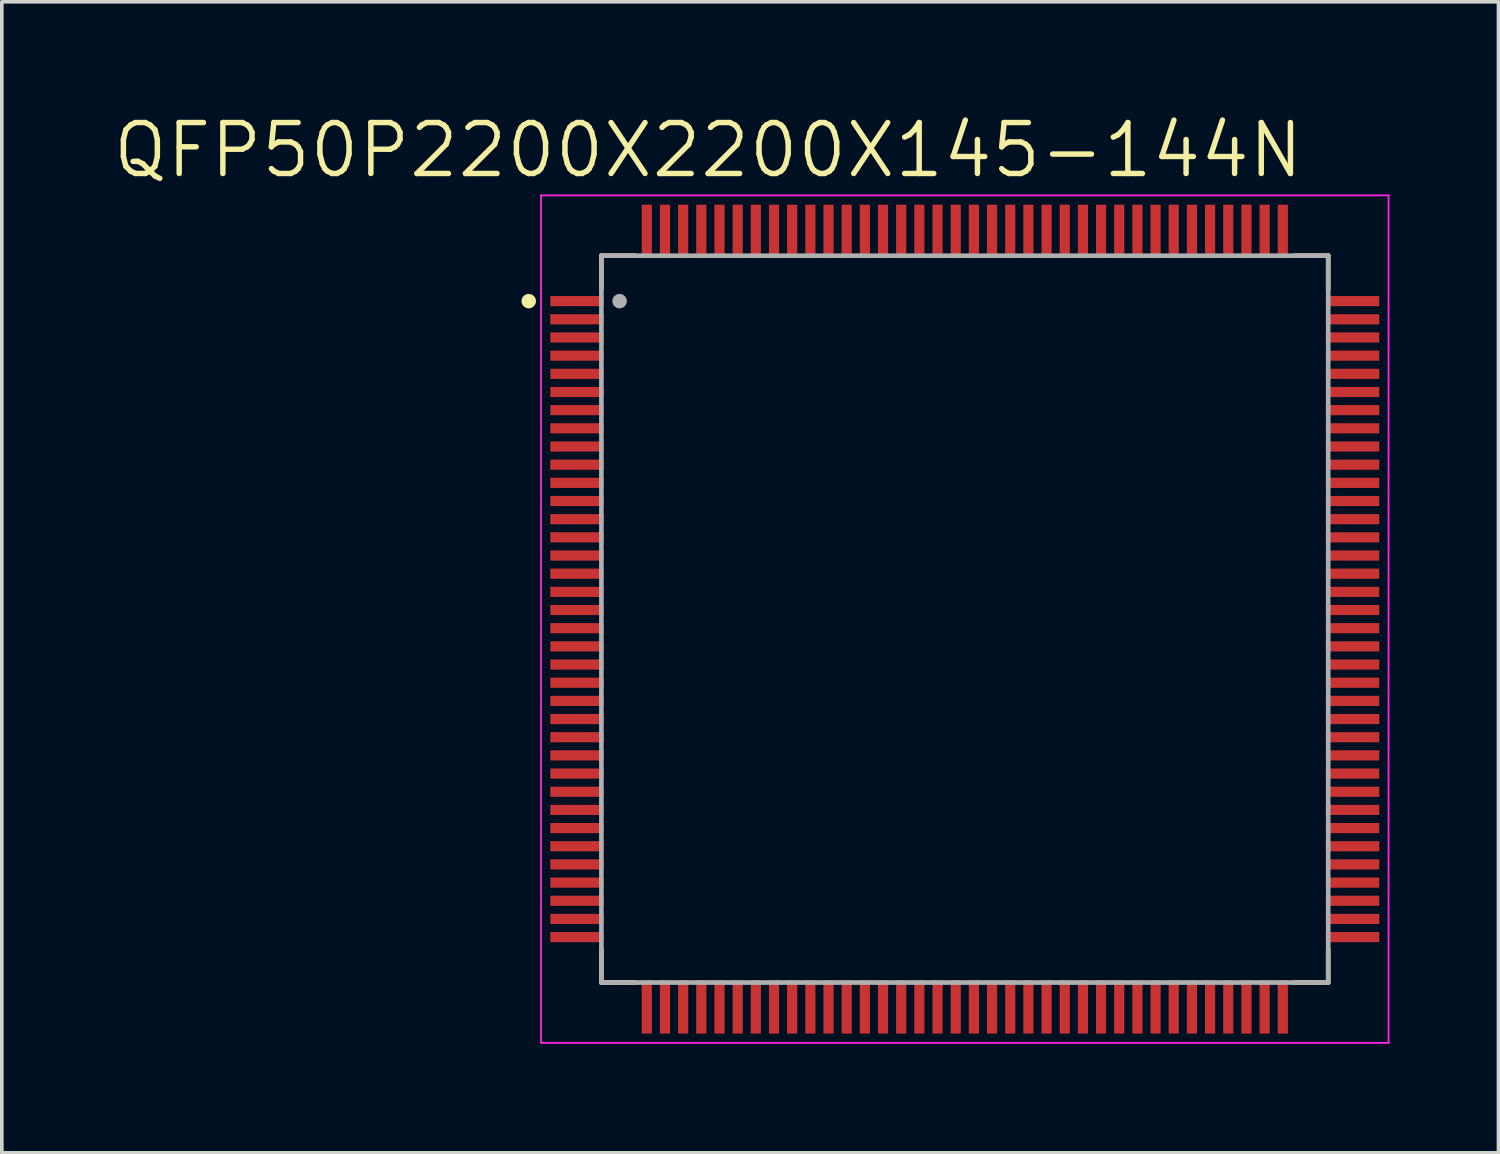
<source format=kicad_pcb>
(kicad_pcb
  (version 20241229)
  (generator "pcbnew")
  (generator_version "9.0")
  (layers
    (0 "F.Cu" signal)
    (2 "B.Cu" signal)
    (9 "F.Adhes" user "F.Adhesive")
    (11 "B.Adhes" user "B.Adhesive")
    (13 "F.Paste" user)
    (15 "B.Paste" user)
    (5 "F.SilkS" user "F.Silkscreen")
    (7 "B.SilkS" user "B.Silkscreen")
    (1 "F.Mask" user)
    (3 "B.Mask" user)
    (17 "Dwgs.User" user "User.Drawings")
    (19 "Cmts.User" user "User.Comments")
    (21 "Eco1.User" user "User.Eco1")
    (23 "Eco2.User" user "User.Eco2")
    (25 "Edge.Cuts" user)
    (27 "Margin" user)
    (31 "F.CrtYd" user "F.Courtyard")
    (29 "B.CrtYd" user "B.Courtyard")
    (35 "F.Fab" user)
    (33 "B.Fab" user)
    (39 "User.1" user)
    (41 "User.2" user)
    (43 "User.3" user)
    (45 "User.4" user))
  (footprint "QFP50P2200X2200X145-144N"
    (layer "F.Cu")
    (at 23.498 13.986)
    (property "Reference" "QFP50P2200X2200X145-144N" (at -7.063 -12.903 0) (layer "F.SilkS") (effects (font (size 1.402 1.402) (thickness 0.15))))
    (attr through_hole)
    (fp_line (start -10 -10) (end -9.07 -10) (stroke (width 0.127) (type solid)) (layer "F.SilkS"))
    (fp_line (start -10 -9.07) (end -10 -10) (stroke (width 0.127) (type solid)) (layer "F.SilkS"))
    (fp_line (start -10 9.07) (end -10 10) (stroke (width 0.127) (type solid)) (layer "F.SilkS"))
    (fp_line (start -10 10) (end -9.07 10) (stroke (width 0.127) (type solid)) (layer "F.SilkS"))
    (fp_line (start 9.07 -10) (end 10 -10) (stroke (width 0.127) (type solid)) (layer "F.SilkS"))
    (fp_line (start 9.07 10) (end 10 10) (stroke (width 0.127) (type solid)) (layer "F.SilkS"))
    (fp_line (start 10 -10) (end 10 -9.07) (stroke (width 0.127) (type solid)) (layer "F.SilkS"))
    (fp_line (start 10 10) (end 10 9.07) (stroke (width 0.127) (type solid)) (layer "F.SilkS"))
    (fp_circle (center -12 -8.75) (end -11.9 -8.75) (stroke (width 0.2) (type solid)) (fill no) (layer "F.SilkS"))
    (fp_line (start -11.66 -11.66) (end 11.66 -11.66) (stroke (width 0.05) (type solid)) (layer "F.CrtYd"))
    (fp_line (start -11.66 11.66) (end -11.66 -11.66) (stroke (width 0.05) (type solid)) (layer "F.CrtYd"))
    (fp_line (start 11.66 -11.66) (end 11.66 11.66) (stroke (width 0.05) (type solid)) (layer "F.CrtYd"))
    (fp_line (start 11.66 11.66) (end -11.66 11.66) (stroke (width 0.05) (type solid)) (layer "F.CrtYd"))
    (fp_line (start -10 -10) (end 10 -10) (stroke (width 0.127) (type solid)) (layer "F.Fab"))
    (fp_line (start -10 10) (end -10 -10) (stroke (width 0.127) (type solid)) (layer "F.Fab"))
    (fp_line (start 10 -10) (end 10 10) (stroke (width 0.127) (type solid)) (layer "F.Fab"))
    (fp_line (start 10 10) (end -10 10) (stroke (width 0.127) (type solid)) (layer "F.Fab"))
    (fp_circle (center -9.5 -8.75) (end -9.4 -8.75) (stroke (width 0.2) (type solid)) (fill no) (layer "F.Fab"))
    (pad "1" smd rect (at -10.67 -8.75) (size 1.47 0.28) (layers "F.Cu" "F.Mask" "F.Paste"))
    (pad "2" smd rect (at -10.67 -8.25) (size 1.47 0.28) (layers "F.Cu" "F.Mask" "F.Paste"))
    (pad "3" smd rect (at -10.67 -7.75) (size 1.47 0.28) (layers "F.Cu" "F.Mask" "F.Paste"))
    (pad "4" smd rect (at -10.67 -7.25) (size 1.47 0.28) (layers "F.Cu" "F.Mask" "F.Paste"))
    (pad "5" smd rect (at -10.67 -6.75) (size 1.47 0.28) (layers "F.Cu" "F.Mask" "F.Paste"))
    (pad "6" smd rect (at -10.67 -6.25) (size 1.47 0.28) (layers "F.Cu" "F.Mask" "F.Paste"))
    (pad "7" smd rect (at -10.67 -5.75) (size 1.47 0.28) (layers "F.Cu" "F.Mask" "F.Paste"))
    (pad "8" smd rect (at -10.67 -5.25) (size 1.47 0.28) (layers "F.Cu" "F.Mask" "F.Paste"))
    (pad "9" smd rect (at -10.67 -4.75) (size 1.47 0.28) (layers "F.Cu" "F.Mask" "F.Paste"))
    (pad "10" smd rect (at -10.67 -4.25) (size 1.47 0.28) (layers "F.Cu" "F.Mask" "F.Paste"))
    (pad "11" smd rect (at -10.67 -3.75) (size 1.47 0.28) (layers "F.Cu" "F.Mask" "F.Paste"))
    (pad "12" smd rect (at -10.67 -3.25) (size 1.47 0.28) (layers "F.Cu" "F.Mask" "F.Paste"))
    (pad "13" smd rect (at -10.67 -2.75) (size 1.47 0.28) (layers "F.Cu" "F.Mask" "F.Paste"))
    (pad "14" smd rect (at -10.67 -2.25) (size 1.47 0.28) (layers "F.Cu" "F.Mask" "F.Paste"))
    (pad "15" smd rect (at -10.67 -1.75) (size 1.47 0.28) (layers "F.Cu" "F.Mask" "F.Paste"))
    (pad "16" smd rect (at -10.67 -1.25) (size 1.47 0.28) (layers "F.Cu" "F.Mask" "F.Paste"))
    (pad "17" smd rect (at -10.67 -0.75) (size 1.47 0.28) (layers "F.Cu" "F.Mask" "F.Paste"))
    (pad "18" smd rect (at -10.67 -0.25) (size 1.47 0.28) (layers "F.Cu" "F.Mask" "F.Paste"))
    (pad "19" smd rect (at -10.67 0.25) (size 1.47 0.28) (layers "F.Cu" "F.Mask" "F.Paste"))
    (pad "20" smd rect (at -10.67 0.75) (size 1.47 0.28) (layers "F.Cu" "F.Mask" "F.Paste"))
    (pad "21" smd rect (at -10.67 1.25) (size 1.47 0.28) (layers "F.Cu" "F.Mask" "F.Paste"))
    (pad "22" smd rect (at -10.67 1.75) (size 1.47 0.28) (layers "F.Cu" "F.Mask" "F.Paste"))
    (pad "23" smd rect (at -10.67 2.25) (size 1.47 0.28) (layers "F.Cu" "F.Mask" "F.Paste"))
    (pad "24" smd rect (at -10.67 2.75) (size 1.47 0.28) (layers "F.Cu" "F.Mask" "F.Paste"))
    (pad "25" smd rect (at -10.67 3.25) (size 1.47 0.28) (layers "F.Cu" "F.Mask" "F.Paste"))
    (pad "26" smd rect (at -10.67 3.75) (size 1.47 0.28) (layers "F.Cu" "F.Mask" "F.Paste"))
    (pad "27" smd rect (at -10.67 4.25) (size 1.47 0.28) (layers "F.Cu" "F.Mask" "F.Paste"))
    (pad "28" smd rect (at -10.67 4.75) (size 1.47 0.28) (layers "F.Cu" "F.Mask" "F.Paste"))
    (pad "29" smd rect (at -10.67 5.25) (size 1.47 0.28) (layers "F.Cu" "F.Mask" "F.Paste"))
    (pad "30" smd rect (at -10.67 5.75) (size 1.47 0.28) (layers "F.Cu" "F.Mask" "F.Paste"))
    (pad "31" smd rect (at -10.67 6.25) (size 1.47 0.28) (layers "F.Cu" "F.Mask" "F.Paste"))
    (pad "32" smd rect (at -10.67 6.75) (size 1.47 0.28) (layers "F.Cu" "F.Mask" "F.Paste"))
    (pad "33" smd rect (at -10.67 7.25) (size 1.47 0.28) (layers "F.Cu" "F.Mask" "F.Paste"))
    (pad "34" smd rect (at -10.67 7.75) (size 1.47 0.28) (layers "F.Cu" "F.Mask" "F.Paste"))
    (pad "35" smd rect (at -10.67 8.25) (size 1.47 0.28) (layers "F.Cu" "F.Mask" "F.Paste"))
    (pad "36" smd rect (at -10.67 8.75) (size 1.47 0.28) (layers "F.Cu" "F.Mask" "F.Paste"))
    (pad "37" smd rect (at -8.75 10.67 90) (size 1.47 0.28) (layers "F.Cu" "F.Mask" "F.Paste"))
    (pad "38" smd rect (at -8.25 10.67 90) (size 1.47 0.28) (layers "F.Cu" "F.Mask" "F.Paste"))
    (pad "39" smd rect (at -7.75 10.67 90) (size 1.47 0.28) (layers "F.Cu" "F.Mask" "F.Paste"))
    (pad "40" smd rect (at -7.25 10.67 90) (size 1.47 0.28) (layers "F.Cu" "F.Mask" "F.Paste"))
    (pad "41" smd rect (at -6.75 10.67 90) (size 1.47 0.28) (layers "F.Cu" "F.Mask" "F.Paste"))
    (pad "42" smd rect (at -6.25 10.67 90) (size 1.47 0.28) (layers "F.Cu" "F.Mask" "F.Paste"))
    (pad "43" smd rect (at -5.75 10.67 90) (size 1.47 0.28) (layers "F.Cu" "F.Mask" "F.Paste"))
    (pad "44" smd rect (at -5.25 10.67 90) (size 1.47 0.28) (layers "F.Cu" "F.Mask" "F.Paste"))
    (pad "45" smd rect (at -4.75 10.67 90) (size 1.47 0.28) (layers "F.Cu" "F.Mask" "F.Paste"))
    (pad "46" smd rect (at -4.25 10.67 90) (size 1.47 0.28) (layers "F.Cu" "F.Mask" "F.Paste"))
    (pad "47" smd rect (at -3.75 10.67 90) (size 1.47 0.28) (layers "F.Cu" "F.Mask" "F.Paste"))
    (pad "48" smd rect (at -3.25 10.67 90) (size 1.47 0.28) (layers "F.Cu" "F.Mask" "F.Paste"))
    (pad "49" smd rect (at -2.75 10.67 90) (size 1.47 0.28) (layers "F.Cu" "F.Mask" "F.Paste"))
    (pad "50" smd rect (at -2.25 10.67 90) (size 1.47 0.28) (layers "F.Cu" "F.Mask" "F.Paste"))
    (pad "51" smd rect (at -1.75 10.67 90) (size 1.47 0.28) (layers "F.Cu" "F.Mask" "F.Paste"))
    (pad "52" smd rect (at -1.25 10.67 90) (size 1.47 0.28) (layers "F.Cu" "F.Mask" "F.Paste"))
    (pad "53" smd rect (at -0.75 10.67 90) (size 1.47 0.28) (layers "F.Cu" "F.Mask" "F.Paste"))
    (pad "54" smd rect (at -0.25 10.67 90) (size 1.47 0.28) (layers "F.Cu" "F.Mask" "F.Paste"))
    (pad "55" smd rect (at 0.25 10.67 90) (size 1.47 0.28) (layers "F.Cu" "F.Mask" "F.Paste"))
    (pad "56" smd rect (at 0.75 10.67 90) (size 1.47 0.28) (layers "F.Cu" "F.Mask" "F.Paste"))
    (pad "57" smd rect (at 1.25 10.67 90) (size 1.47 0.28) (layers "F.Cu" "F.Mask" "F.Paste"))
    (pad "58" smd rect (at 1.75 10.67 90) (size 1.47 0.28) (layers "F.Cu" "F.Mask" "F.Paste"))
    (pad "59" smd rect (at 2.25 10.67 90) (size 1.47 0.28) (layers "F.Cu" "F.Mask" "F.Paste"))
    (pad "60" smd rect (at 2.75 10.67 90) (size 1.47 0.28) (layers "F.Cu" "F.Mask" "F.Paste"))
    (pad "61" smd rect (at 3.25 10.67 90) (size 1.47 0.28) (layers "F.Cu" "F.Mask" "F.Paste"))
    (pad "62" smd rect (at 3.75 10.67 90) (size 1.47 0.28) (layers "F.Cu" "F.Mask" "F.Paste"))
    (pad "63" smd rect (at 4.25 10.67 90) (size 1.47 0.28) (layers "F.Cu" "F.Mask" "F.Paste"))
    (pad "64" smd rect (at 4.75 10.67 90) (size 1.47 0.28) (layers "F.Cu" "F.Mask" "F.Paste"))
    (pad "65" smd rect (at 5.25 10.67 90) (size 1.47 0.28) (layers "F.Cu" "F.Mask" "F.Paste"))
    (pad "66" smd rect (at 5.75 10.67 90) (size 1.47 0.28) (layers "F.Cu" "F.Mask" "F.Paste"))
    (pad "67" smd rect (at 6.25 10.67 90) (size 1.47 0.28) (layers "F.Cu" "F.Mask" "F.Paste"))
    (pad "68" smd rect (at 6.75 10.67 90) (size 1.47 0.28) (layers "F.Cu" "F.Mask" "F.Paste"))
    (pad "69" smd rect (at 7.25 10.67 90) (size 1.47 0.28) (layers "F.Cu" "F.Mask" "F.Paste"))
    (pad "70" smd rect (at 7.75 10.67 90) (size 1.47 0.28) (layers "F.Cu" "F.Mask" "F.Paste"))
    (pad "71" smd rect (at 8.25 10.67 90) (size 1.47 0.28) (layers "F.Cu" "F.Mask" "F.Paste"))
    (pad "72" smd rect (at 8.75 10.67 90) (size 1.47 0.28) (layers "F.Cu" "F.Mask" "F.Paste"))
    (pad "73" smd rect (at 10.67 8.75 180) (size 1.47 0.28) (layers "F.Cu" "F.Mask" "F.Paste"))
    (pad "74" smd rect (at 10.67 8.25 180) (size 1.47 0.28) (layers "F.Cu" "F.Mask" "F.Paste"))
    (pad "75" smd rect (at 10.67 7.75 180) (size 1.47 0.28) (layers "F.Cu" "F.Mask" "F.Paste"))
    (pad "76" smd rect (at 10.67 7.25 180) (size 1.47 0.28) (layers "F.Cu" "F.Mask" "F.Paste"))
    (pad "77" smd rect (at 10.67 6.75 180) (size 1.47 0.28) (layers "F.Cu" "F.Mask" "F.Paste"))
    (pad "78" smd rect (at 10.67 6.25 180) (size 1.47 0.28) (layers "F.Cu" "F.Mask" "F.Paste"))
    (pad "79" smd rect (at 10.67 5.75 180) (size 1.47 0.28) (layers "F.Cu" "F.Mask" "F.Paste"))
    (pad "80" smd rect (at 10.67 5.25 180) (size 1.47 0.28) (layers "F.Cu" "F.Mask" "F.Paste"))
    (pad "81" smd rect (at 10.67 4.75 180) (size 1.47 0.28) (layers "F.Cu" "F.Mask" "F.Paste"))
    (pad "82" smd rect (at 10.67 4.25 180) (size 1.47 0.28) (layers "F.Cu" "F.Mask" "F.Paste"))
    (pad "83" smd rect (at 10.67 3.75 180) (size 1.47 0.28) (layers "F.Cu" "F.Mask" "F.Paste"))
    (pad "84" smd rect (at 10.67 3.25 180) (size 1.47 0.28) (layers "F.Cu" "F.Mask" "F.Paste"))
    (pad "85" smd rect (at 10.67 2.75 180) (size 1.47 0.28) (layers "F.Cu" "F.Mask" "F.Paste"))
    (pad "86" smd rect (at 10.67 2.25 180) (size 1.47 0.28) (layers "F.Cu" "F.Mask" "F.Paste"))
    (pad "87" smd rect (at 10.67 1.75 180) (size 1.47 0.28) (layers "F.Cu" "F.Mask" "F.Paste"))
    (pad "88" smd rect (at 10.67 1.25 180) (size 1.47 0.28) (layers "F.Cu" "F.Mask" "F.Paste"))
    (pad "89" smd rect (at 10.67 0.75 180) (size 1.47 0.28) (layers "F.Cu" "F.Mask" "F.Paste"))
    (pad "90" smd rect (at 10.67 0.25 180) (size 1.47 0.28) (layers "F.Cu" "F.Mask" "F.Paste"))
    (pad "91" smd rect (at 10.67 -0.25 180) (size 1.47 0.28) (layers "F.Cu" "F.Mask" "F.Paste"))
    (pad "92" smd rect (at 10.67 -0.75 180) (size 1.47 0.28) (layers "F.Cu" "F.Mask" "F.Paste"))
    (pad "93" smd rect (at 10.67 -1.25 180) (size 1.47 0.28) (layers "F.Cu" "F.Mask" "F.Paste"))
    (pad "94" smd rect (at 10.67 -1.75 180) (size 1.47 0.28) (layers "F.Cu" "F.Mask" "F.Paste"))
    (pad "95" smd rect (at 10.67 -2.25 180) (size 1.47 0.28) (layers "F.Cu" "F.Mask" "F.Paste"))
    (pad "96" smd rect (at 10.67 -2.75 180) (size 1.47 0.28) (layers "F.Cu" "F.Mask" "F.Paste"))
    (pad "97" smd rect (at 10.67 -3.25 180) (size 1.47 0.28) (layers "F.Cu" "F.Mask" "F.Paste"))
    (pad "98" smd rect (at 10.67 -3.75 180) (size 1.47 0.28) (layers "F.Cu" "F.Mask" "F.Paste"))
    (pad "99" smd rect (at 10.67 -4.25 180) (size 1.47 0.28) (layers "F.Cu" "F.Mask" "F.Paste"))
    (pad "100" smd rect (at 10.67 -4.75 180) (size 1.47 0.28) (layers "F.Cu" "F.Mask" "F.Paste"))
    (pad "101" smd rect (at 10.67 -5.25 180) (size 1.47 0.28) (layers "F.Cu" "F.Mask" "F.Paste"))
    (pad "102" smd rect (at 10.67 -5.75 180) (size 1.47 0.28) (layers "F.Cu" "F.Mask" "F.Paste"))
    (pad "103" smd rect (at 10.67 -6.25 180) (size 1.47 0.28) (layers "F.Cu" "F.Mask" "F.Paste"))
    (pad "104" smd rect (at 10.67 -6.75 180) (size 1.47 0.28) (layers "F.Cu" "F.Mask" "F.Paste"))
    (pad "105" smd rect (at 10.67 -7.25 180) (size 1.47 0.28) (layers "F.Cu" "F.Mask" "F.Paste"))
    (pad "106" smd rect (at 10.67 -7.75 180) (size 1.47 0.28) (layers "F.Cu" "F.Mask" "F.Paste"))
    (pad "107" smd rect (at 10.67 -8.25 180) (size 1.47 0.28) (layers "F.Cu" "F.Mask" "F.Paste"))
    (pad "108" smd rect (at 10.67 -8.75 180) (size 1.47 0.28) (layers "F.Cu" "F.Mask" "F.Paste"))
    (pad "109" smd rect (at 8.75 -10.67 270) (size 1.47 0.28) (layers "F.Cu" "F.Mask" "F.Paste"))
    (pad "110" smd rect (at 8.25 -10.67 270) (size 1.47 0.28) (layers "F.Cu" "F.Mask" "F.Paste"))
    (pad "111" smd rect (at 7.75 -10.67 270) (size 1.47 0.28) (layers "F.Cu" "F.Mask" "F.Paste"))
    (pad "112" smd rect (at 7.25 -10.67 270) (size 1.47 0.28) (layers "F.Cu" "F.Mask" "F.Paste"))
    (pad "113" smd rect (at 6.75 -10.67 270) (size 1.47 0.28) (layers "F.Cu" "F.Mask" "F.Paste"))
    (pad "114" smd rect (at 6.25 -10.67 270) (size 1.47 0.28) (layers "F.Cu" "F.Mask" "F.Paste"))
    (pad "115" smd rect (at 5.75 -10.67 270) (size 1.47 0.28) (layers "F.Cu" "F.Mask" "F.Paste"))
    (pad "116" smd rect (at 5.25 -10.67 270) (size 1.47 0.28) (layers "F.Cu" "F.Mask" "F.Paste"))
    (pad "117" smd rect (at 4.75 -10.67 270) (size 1.47 0.28) (layers "F.Cu" "F.Mask" "F.Paste"))
    (pad "118" smd rect (at 4.25 -10.67 270) (size 1.47 0.28) (layers "F.Cu" "F.Mask" "F.Paste"))
    (pad "119" smd rect (at 3.75 -10.67 270) (size 1.47 0.28) (layers "F.Cu" "F.Mask" "F.Paste"))
    (pad "120" smd rect (at 3.25 -10.67 270) (size 1.47 0.28) (layers "F.Cu" "F.Mask" "F.Paste"))
    (pad "121" smd rect (at 2.75 -10.67 270) (size 1.47 0.28) (layers "F.Cu" "F.Mask" "F.Paste"))
    (pad "122" smd rect (at 2.25 -10.67 270) (size 1.47 0.28) (layers "F.Cu" "F.Mask" "F.Paste"))
    (pad "123" smd rect (at 1.75 -10.67 270) (size 1.47 0.28) (layers "F.Cu" "F.Mask" "F.Paste"))
    (pad "124" smd rect (at 1.25 -10.67 270) (size 1.47 0.28) (layers "F.Cu" "F.Mask" "F.Paste"))
    (pad "125" smd rect (at 0.75 -10.67 270) (size 1.47 0.28) (layers "F.Cu" "F.Mask" "F.Paste"))
    (pad "126" smd rect (at 0.25 -10.67 270) (size 1.47 0.28) (layers "F.Cu" "F.Mask" "F.Paste"))
    (pad "127" smd rect (at -0.25 -10.67 270) (size 1.47 0.28) (layers "F.Cu" "F.Mask" "F.Paste"))
    (pad "128" smd rect (at -0.75 -10.67 270) (size 1.47 0.28) (layers "F.Cu" "F.Mask" "F.Paste"))
    (pad "129" smd rect (at -1.25 -10.67 270) (size 1.47 0.28) (layers "F.Cu" "F.Mask" "F.Paste"))
    (pad "130" smd rect (at -1.75 -10.67 270) (size 1.47 0.28) (layers "F.Cu" "F.Mask" "F.Paste"))
    (pad "131" smd rect (at -2.25 -10.67 270) (size 1.47 0.28) (layers "F.Cu" "F.Mask" "F.Paste"))
    (pad "132" smd rect (at -2.75 -10.67 270) (size 1.47 0.28) (layers "F.Cu" "F.Mask" "F.Paste"))
    (pad "133" smd rect (at -3.25 -10.67 270) (size 1.47 0.28) (layers "F.Cu" "F.Mask" "F.Paste"))
    (pad "134" smd rect (at -3.75 -10.67 270) (size 1.47 0.28) (layers "F.Cu" "F.Mask" "F.Paste"))
    (pad "135" smd rect (at -4.25 -10.67 270) (size 1.47 0.28) (layers "F.Cu" "F.Mask" "F.Paste"))
    (pad "136" smd rect (at -4.75 -10.67 270) (size 1.47 0.28) (layers "F.Cu" "F.Mask" "F.Paste"))
    (pad "137" smd rect (at -5.25 -10.67 270) (size 1.47 0.28) (layers "F.Cu" "F.Mask" "F.Paste"))
    (pad "138" smd rect (at -5.75 -10.67 270) (size 1.47 0.28) (layers "F.Cu" "F.Mask" "F.Paste"))
    (pad "139" smd rect (at -6.25 -10.67 270) (size 1.47 0.28) (layers "F.Cu" "F.Mask" "F.Paste"))
    (pad "140" smd rect (at -6.75 -10.67 270) (size 1.47 0.28) (layers "F.Cu" "F.Mask" "F.Paste"))
    (pad "141" smd rect (at -7.25 -10.67 270) (size 1.47 0.28) (layers "F.Cu" "F.Mask" "F.Paste"))
    (pad "142" smd rect (at -7.75 -10.67 270) (size 1.47 0.28) (layers "F.Cu" "F.Mask" "F.Paste"))
    (pad "143" smd rect (at -8.25 -10.67 270) (size 1.47 0.28) (layers "F.Cu" "F.Mask" "F.Paste"))
    (pad "144" smd rect (at -8.75 -10.67 270) (size 1.47 0.28) (layers "F.Cu" "F.Mask" "F.Paste")))
  (gr_rect
    (start -3 -3)
    (end 38.183 28.671)
    (stroke (width 0.1) (type default))
    (fill no)
    (layer "Edge.Cuts")))
</source>
